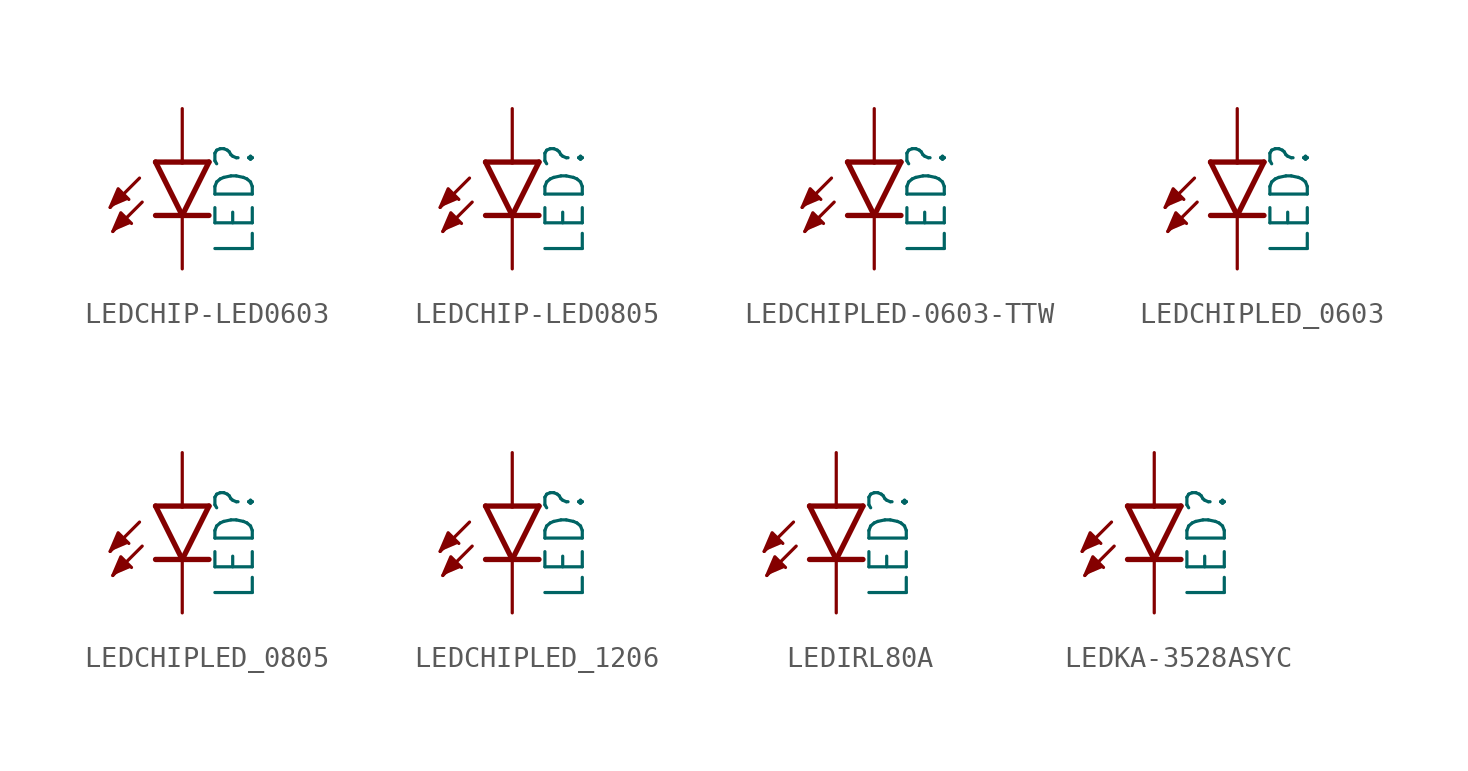
<source format=kicad_sym>
(kicad_symbol_lib
  (version 20231120)
  (generator "kicad_symbol_editor")
  (generator_version "8.0")
  (symbol "LEDCHIP-LED0603"
    (property "Reference" "LED"
      (at 3.556 -4.572 90)
      (effects (font (size 1.778 1.511)) (justify left bottom)))
    (property "Value" ""
      (at 5.715 -4.572 90)
      (effects (font (size 1.778 1.511)) (justify left bottom)))
    (property "ki_locked" ""
      (at 0 0 0)
      (effects (font (size 1.27 1.27))))
    (symbol "LEDCHIP-LED0603_1_0"
      (polyline (pts (xy -2.032 -0.762) (xy -3.429 -2.159)) (stroke (width 0.152) (type solid)) (fill (type none)))
      (polyline (pts (xy -1.905 -1.905) (xy -3.302 -3.302)) (stroke (width 0.152) (type solid)) (fill (type none)))
      (polyline (pts (xy 0 -2.54) (xy -1.27 -2.54)) (stroke (width 0.254) (type solid)) (fill (type none)))
      (polyline (pts (xy 0 -2.54) (xy -1.27 0)) (stroke (width 0.254) (type solid)) (fill (type none)))
      (polyline (pts (xy 0 0) (xy -1.27 0)) (stroke (width 0.254) (type solid)) (fill (type none)))
      (polyline (pts (xy 1.27 -2.54) (xy 0 -2.54)) (stroke (width 0.254) (type solid)) (fill (type none)))
      (polyline (pts (xy 1.27 0) (xy 0 -2.54)) (stroke (width 0.254) (type solid)) (fill (type none)))
      (polyline (pts (xy 1.27 0) (xy 0 0)) (stroke (width 0.254) (type solid)) (fill (type none)))
      (polyline (pts (xy -3.429 -2.159) (xy -3.048 -1.27) (xy -2.54 -1.778)) (stroke (width 0.152) (type solid)) (fill (type outline)))
      (polyline (pts (xy -3.302 -3.302) (xy -2.921 -2.413) (xy -2.413 -2.921)) (stroke (width 0.152) (type solid)) (fill (type outline)))
      (pin passive line (at 0 2.54 270) (length 2.54) (name "A" (effects (font (size 0 0)))) (number "A" (effects (font (size 0 0)))))
      (pin passive line (at 0 -5.08 90) (length 2.54) (name "C" (effects (font (size 0 0)))) (number "C" (effects (font (size 0 0)))))))
  (symbol "LEDCHIP-LED0805"
    (property "Reference" "LED"
      (at 3.556 -4.572 90)
      (effects (font (size 1.778 1.511)) (justify left bottom)))
    (property "Value" ""
      (at 5.715 -4.572 90)
      (effects (font (size 1.778 1.511)) (justify left bottom)))
    (property "ki_locked" ""
      (at 0 0 0)
      (effects (font (size 1.27 1.27))))
    (symbol "LEDCHIP-LED0805_1_0"
      (polyline (pts (xy -2.032 -0.762) (xy -3.429 -2.159)) (stroke (width 0.152) (type solid)) (fill (type none)))
      (polyline (pts (xy -1.905 -1.905) (xy -3.302 -3.302)) (stroke (width 0.152) (type solid)) (fill (type none)))
      (polyline (pts (xy 0 -2.54) (xy -1.27 -2.54)) (stroke (width 0.254) (type solid)) (fill (type none)))
      (polyline (pts (xy 0 -2.54) (xy -1.27 0)) (stroke (width 0.254) (type solid)) (fill (type none)))
      (polyline (pts (xy 0 0) (xy -1.27 0)) (stroke (width 0.254) (type solid)) (fill (type none)))
      (polyline (pts (xy 1.27 -2.54) (xy 0 -2.54)) (stroke (width 0.254) (type solid)) (fill (type none)))
      (polyline (pts (xy 1.27 0) (xy 0 -2.54)) (stroke (width 0.254) (type solid)) (fill (type none)))
      (polyline (pts (xy 1.27 0) (xy 0 0)) (stroke (width 0.254) (type solid)) (fill (type none)))
      (polyline (pts (xy -3.429 -2.159) (xy -3.048 -1.27) (xy -2.54 -1.778)) (stroke (width 0.152) (type solid)) (fill (type outline)))
      (polyline (pts (xy -3.302 -3.302) (xy -2.921 -2.413) (xy -2.413 -2.921)) (stroke (width 0.152) (type solid)) (fill (type outline)))
      (pin passive line (at 0 2.54 270) (length 2.54) (name "A" (effects (font (size 0 0)))) (number "A" (effects (font (size 0 0)))))
      (pin passive line (at 0 -5.08 90) (length 2.54) (name "C" (effects (font (size 0 0)))) (number "C" (effects (font (size 0 0)))))))
  (symbol "LEDCHIPLED-0603-TTW"
    (property "Reference" "LED"
      (at 3.556 -4.572 90)
      (effects (font (size 1.778 1.511)) (justify left bottom)))
    (property "Value" ""
      (at 5.715 -4.572 90)
      (effects (font (size 1.778 1.511)) (justify left bottom)))
    (property "ki_locked" ""
      (at 0 0 0)
      (effects (font (size 1.27 1.27))))
    (symbol "LEDCHIPLED-0603-TTW_1_0"
      (polyline (pts (xy -2.032 -0.762) (xy -3.429 -2.159)) (stroke (width 0.152) (type solid)) (fill (type none)))
      (polyline (pts (xy -1.905 -1.905) (xy -3.302 -3.302)) (stroke (width 0.152) (type solid)) (fill (type none)))
      (polyline (pts (xy 0 -2.54) (xy -1.27 -2.54)) (stroke (width 0.254) (type solid)) (fill (type none)))
      (polyline (pts (xy 0 -2.54) (xy -1.27 0)) (stroke (width 0.254) (type solid)) (fill (type none)))
      (polyline (pts (xy 0 0) (xy -1.27 0)) (stroke (width 0.254) (type solid)) (fill (type none)))
      (polyline (pts (xy 1.27 -2.54) (xy 0 -2.54)) (stroke (width 0.254) (type solid)) (fill (type none)))
      (polyline (pts (xy 1.27 0) (xy 0 -2.54)) (stroke (width 0.254) (type solid)) (fill (type none)))
      (polyline (pts (xy 1.27 0) (xy 0 0)) (stroke (width 0.254) (type solid)) (fill (type none)))
      (polyline (pts (xy -3.429 -2.159) (xy -3.048 -1.27) (xy -2.54 -1.778)) (stroke (width 0.152) (type solid)) (fill (type outline)))
      (polyline (pts (xy -3.302 -3.302) (xy -2.921 -2.413) (xy -2.413 -2.921)) (stroke (width 0.152) (type solid)) (fill (type outline)))
      (pin passive line (at 0 2.54 270) (length 2.54) (name "A" (effects (font (size 0 0)))) (number "A@1" (effects (font (size 0 0)))))
      (pin passive line (at 0 -5.08 90) (length 2.54) (name "C" (effects (font (size 0 0)))) (number "C@1" (effects (font (size 0 0)))))))
  (symbol "LEDCHIPLED_0603"
    (property "Reference" "LED"
      (at 3.556 -4.572 90)
      (effects (font (size 1.778 1.511)) (justify left bottom)))
    (property "Value" ""
      (at 5.715 -4.572 90)
      (effects (font (size 1.778 1.511)) (justify left bottom)))
    (property "ki_locked" ""
      (at 0 0 0)
      (effects (font (size 1.27 1.27))))
    (symbol "LEDCHIPLED_0603_1_0"
      (polyline (pts (xy -2.032 -0.762) (xy -3.429 -2.159)) (stroke (width 0.152) (type solid)) (fill (type none)))
      (polyline (pts (xy -1.905 -1.905) (xy -3.302 -3.302)) (stroke (width 0.152) (type solid)) (fill (type none)))
      (polyline (pts (xy 0 -2.54) (xy -1.27 -2.54)) (stroke (width 0.254) (type solid)) (fill (type none)))
      (polyline (pts (xy 0 -2.54) (xy -1.27 0)) (stroke (width 0.254) (type solid)) (fill (type none)))
      (polyline (pts (xy 0 0) (xy -1.27 0)) (stroke (width 0.254) (type solid)) (fill (type none)))
      (polyline (pts (xy 1.27 -2.54) (xy 0 -2.54)) (stroke (width 0.254) (type solid)) (fill (type none)))
      (polyline (pts (xy 1.27 0) (xy 0 -2.54)) (stroke (width 0.254) (type solid)) (fill (type none)))
      (polyline (pts (xy 1.27 0) (xy 0 0)) (stroke (width 0.254) (type solid)) (fill (type none)))
      (polyline (pts (xy -3.429 -2.159) (xy -3.048 -1.27) (xy -2.54 -1.778)) (stroke (width 0.152) (type solid)) (fill (type outline)))
      (polyline (pts (xy -3.302 -3.302) (xy -2.921 -2.413) (xy -2.413 -2.921)) (stroke (width 0.152) (type solid)) (fill (type outline)))
      (pin passive line (at 0 2.54 270) (length 2.54) (name "A" (effects (font (size 0 0)))) (number "A" (effects (font (size 0 0)))))
      (pin passive line (at 0 -5.08 90) (length 2.54) (name "C" (effects (font (size 0 0)))) (number "C" (effects (font (size 0 0)))))))
  (symbol "LEDCHIPLED_0805"
    (property "Reference" "LED"
      (at 3.556 -4.572 90)
      (effects (font (size 1.778 1.511)) (justify left bottom)))
    (property "Value" ""
      (at 5.715 -4.572 90)
      (effects (font (size 1.778 1.511)) (justify left bottom)))
    (property "ki_locked" ""
      (at 0 0 0)
      (effects (font (size 1.27 1.27))))
    (symbol "LEDCHIPLED_0805_1_0"
      (polyline (pts (xy -2.032 -0.762) (xy -3.429 -2.159)) (stroke (width 0.152) (type solid)) (fill (type none)))
      (polyline (pts (xy -1.905 -1.905) (xy -3.302 -3.302)) (stroke (width 0.152) (type solid)) (fill (type none)))
      (polyline (pts (xy 0 -2.54) (xy -1.27 -2.54)) (stroke (width 0.254) (type solid)) (fill (type none)))
      (polyline (pts (xy 0 -2.54) (xy -1.27 0)) (stroke (width 0.254) (type solid)) (fill (type none)))
      (polyline (pts (xy 0 0) (xy -1.27 0)) (stroke (width 0.254) (type solid)) (fill (type none)))
      (polyline (pts (xy 1.27 -2.54) (xy 0 -2.54)) (stroke (width 0.254) (type solid)) (fill (type none)))
      (polyline (pts (xy 1.27 0) (xy 0 -2.54)) (stroke (width 0.254) (type solid)) (fill (type none)))
      (polyline (pts (xy 1.27 0) (xy 0 0)) (stroke (width 0.254) (type solid)) (fill (type none)))
      (polyline (pts (xy -3.429 -2.159) (xy -3.048 -1.27) (xy -2.54 -1.778)) (stroke (width 0.152) (type solid)) (fill (type outline)))
      (polyline (pts (xy -3.302 -3.302) (xy -2.921 -2.413) (xy -2.413 -2.921)) (stroke (width 0.152) (type solid)) (fill (type outline)))
      (pin passive line (at 0 2.54 270) (length 2.54) (name "A" (effects (font (size 0 0)))) (number "A" (effects (font (size 0 0)))))
      (pin passive line (at 0 -5.08 90) (length 2.54) (name "C" (effects (font (size 0 0)))) (number "C" (effects (font (size 0 0)))))))
  (symbol "LEDCHIPLED_1206"
    (property "Reference" "LED"
      (at 3.556 -4.572 90)
      (effects (font (size 1.778 1.511)) (justify left bottom)))
    (property "Value" ""
      (at 5.715 -4.572 90)
      (effects (font (size 1.778 1.511)) (justify left bottom)))
    (property "ki_locked" ""
      (at 0 0 0)
      (effects (font (size 1.27 1.27))))
    (symbol "LEDCHIPLED_1206_1_0"
      (polyline (pts (xy -2.032 -0.762) (xy -3.429 -2.159)) (stroke (width 0.152) (type solid)) (fill (type none)))
      (polyline (pts (xy -1.905 -1.905) (xy -3.302 -3.302)) (stroke (width 0.152) (type solid)) (fill (type none)))
      (polyline (pts (xy 0 -2.54) (xy -1.27 -2.54)) (stroke (width 0.254) (type solid)) (fill (type none)))
      (polyline (pts (xy 0 -2.54) (xy -1.27 0)) (stroke (width 0.254) (type solid)) (fill (type none)))
      (polyline (pts (xy 0 0) (xy -1.27 0)) (stroke (width 0.254) (type solid)) (fill (type none)))
      (polyline (pts (xy 1.27 -2.54) (xy 0 -2.54)) (stroke (width 0.254) (type solid)) (fill (type none)))
      (polyline (pts (xy 1.27 0) (xy 0 -2.54)) (stroke (width 0.254) (type solid)) (fill (type none)))
      (polyline (pts (xy 1.27 0) (xy 0 0)) (stroke (width 0.254) (type solid)) (fill (type none)))
      (polyline (pts (xy -3.429 -2.159) (xy -3.048 -1.27) (xy -2.54 -1.778)) (stroke (width 0.152) (type solid)) (fill (type outline)))
      (polyline (pts (xy -3.302 -3.302) (xy -2.921 -2.413) (xy -2.413 -2.921)) (stroke (width 0.152) (type solid)) (fill (type outline)))
      (pin passive line (at 0 2.54 270) (length 2.54) (name "A" (effects (font (size 0 0)))) (number "A" (effects (font (size 0 0)))))
      (pin passive line (at 0 -5.08 90) (length 2.54) (name "C" (effects (font (size 0 0)))) (number "C" (effects (font (size 0 0)))))))
  (symbol "LEDIRL80A"
    (property "Reference" "LED"
      (at 3.556 -4.572 90)
      (effects (font (size 1.778 1.511)) (justify left bottom)))
    (property "Value" ""
      (at 5.715 -4.572 90)
      (effects (font (size 1.778 1.511)) (justify left bottom)))
    (property "ki_locked" ""
      (at 0 0 0)
      (effects (font (size 1.27 1.27))))
    (symbol "LEDIRL80A_1_0"
      (polyline (pts (xy -2.032 -0.762) (xy -3.429 -2.159)) (stroke (width 0.152) (type solid)) (fill (type none)))
      (polyline (pts (xy -1.905 -1.905) (xy -3.302 -3.302)) (stroke (width 0.152) (type solid)) (fill (type none)))
      (polyline (pts (xy 0 -2.54) (xy -1.27 -2.54)) (stroke (width 0.254) (type solid)) (fill (type none)))
      (polyline (pts (xy 0 -2.54) (xy -1.27 0)) (stroke (width 0.254) (type solid)) (fill (type none)))
      (polyline (pts (xy 0 0) (xy -1.27 0)) (stroke (width 0.254) (type solid)) (fill (type none)))
      (polyline (pts (xy 1.27 -2.54) (xy 0 -2.54)) (stroke (width 0.254) (type solid)) (fill (type none)))
      (polyline (pts (xy 1.27 0) (xy 0 -2.54)) (stroke (width 0.254) (type solid)) (fill (type none)))
      (polyline (pts (xy 1.27 0) (xy 0 0)) (stroke (width 0.254) (type solid)) (fill (type none)))
      (polyline (pts (xy -3.429 -2.159) (xy -3.048 -1.27) (xy -2.54 -1.778)) (stroke (width 0.152) (type solid)) (fill (type outline)))
      (polyline (pts (xy -3.302 -3.302) (xy -2.921 -2.413) (xy -2.413 -2.921)) (stroke (width 0.152) (type solid)) (fill (type outline)))
      (pin passive line (at 0 2.54 270) (length 2.54) (name "A" (effects (font (size 0 0)))) (number "A" (effects (font (size 0 0)))))
      (pin passive line (at 0 -5.08 90) (length 2.54) (name "C" (effects (font (size 0 0)))) (number "K" (effects (font (size 0 0)))))))
  (symbol "LEDKA-3528ASYC"
    (property "Reference" "LED"
      (at 3.556 -4.572 90)
      (effects (font (size 1.778 1.511)) (justify left bottom)))
    (property "Value" ""
      (at 5.715 -4.572 90)
      (effects (font (size 1.778 1.511)) (justify left bottom)))
    (property "ki_locked" ""
      (at 0 0 0)
      (effects (font (size 1.27 1.27))))
    (symbol "LEDKA-3528ASYC_1_0"
      (polyline (pts (xy -2.032 -0.762) (xy -3.429 -2.159)) (stroke (width 0.152) (type solid)) (fill (type none)))
      (polyline (pts (xy -1.905 -1.905) (xy -3.302 -3.302)) (stroke (width 0.152) (type solid)) (fill (type none)))
      (polyline (pts (xy 0 -2.54) (xy -1.27 -2.54)) (stroke (width 0.254) (type solid)) (fill (type none)))
      (polyline (pts (xy 0 -2.54) (xy -1.27 0)) (stroke (width 0.254) (type solid)) (fill (type none)))
      (polyline (pts (xy 0 0) (xy -1.27 0)) (stroke (width 0.254) (type solid)) (fill (type none)))
      (polyline (pts (xy 1.27 -2.54) (xy 0 -2.54)) (stroke (width 0.254) (type solid)) (fill (type none)))
      (polyline (pts (xy 1.27 0) (xy 0 -2.54)) (stroke (width 0.254) (type solid)) (fill (type none)))
      (polyline (pts (xy 1.27 0) (xy 0 0)) (stroke (width 0.254) (type solid)) (fill (type none)))
      (polyline (pts (xy -3.429 -2.159) (xy -3.048 -1.27) (xy -2.54 -1.778)) (stroke (width 0.152) (type solid)) (fill (type outline)))
      (polyline (pts (xy -3.302 -3.302) (xy -2.921 -2.413) (xy -2.413 -2.921)) (stroke (width 0.152) (type solid)) (fill (type outline)))
      (pin passive line (at 0 2.54 270) (length 2.54) (name "A" (effects (font (size 0 0)))) (number "A" (effects (font (size 0 0)))))
      (pin passive line (at 0 -5.08 90) (length 2.54) (name "C" (effects (font (size 0 0)))) (number "C" (effects (font (size 0 0))))))))
</source>
